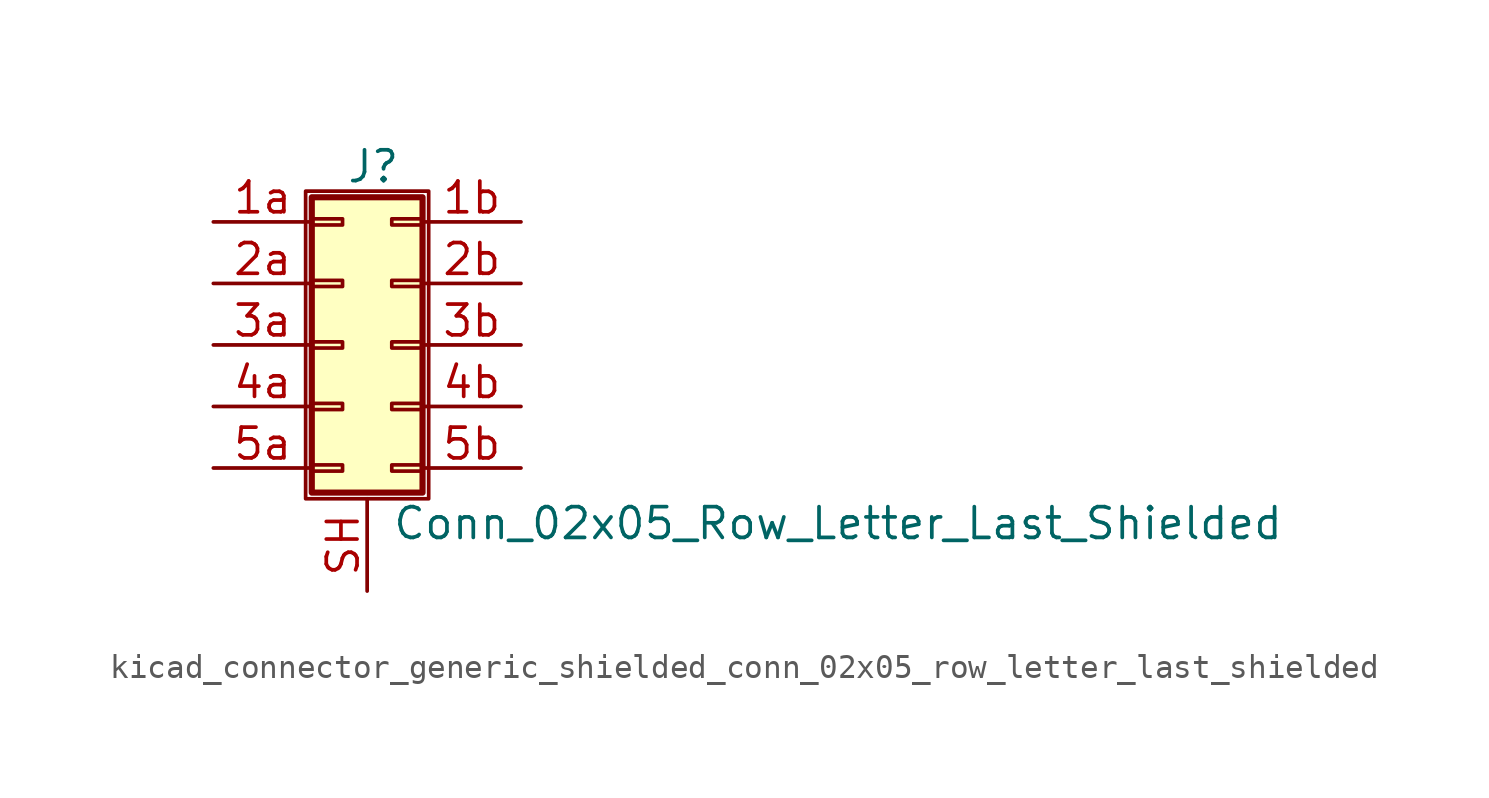
<source format=kicad_sym>
(kicad_symbol_lib
  (version 20220914)
  (generator kicad_symbol_editor)
  (symbol "kicad_connector_generic_shielded_conn_02x05_row_letter_last_shielded"
    (pin_names
      (offset 1.016) hide)
    (property "Reference" "J"
      (at 1.524 7.366 0)
      (effects (font (size 1.27 1.27))))
    (property "Value" "Conn_02x05_Row_Letter_Last_Shielded"
      (at 2.286 -7.366 0)
      (effects (font (size 1.27 1.27)) (justify left)))
    (symbol "kicad_connector_generic_shielded_conn_02x05_row_letter_last_shielded_1_1"
      (rectangle (start -1.27 6.35) (end 3.81 -6.35) (stroke (width 0.152) (type default)) (fill (type none)))
      (rectangle (start -1.016 -4.953) (end 0.254 -5.207) (stroke (width 0.152) (type default)) (fill (type none)))
      (rectangle (start -1.016 -2.413) (end 0.254 -2.667) (stroke (width 0.152) (type default)) (fill (type none)))
      (rectangle (start -1.016 0.127) (end 0.254 -0.127) (stroke (width 0.152) (type default)) (fill (type none)))
      (rectangle (start -1.016 2.667) (end 0.254 2.413) (stroke (width 0.152) (type default)) (fill (type none)))
      (rectangle (start -1.016 5.207) (end 0.254 4.953) (stroke (width 0.152) (type default)) (fill (type none)))
      (rectangle (start -1.016 6.096) (end 3.556 -6.096) (stroke (width 0.254) (type default)) (fill (type background)))
      (rectangle (start 3.556 -4.953) (end 2.286 -5.207) (stroke (width 0.152) (type default)) (fill (type none)))
      (rectangle (start 3.556 -2.413) (end 2.286 -2.667) (stroke (width 0.152) (type default)) (fill (type none)))
      (rectangle (start 3.556 0.127) (end 2.286 -0.127) (stroke (width 0.152) (type default)) (fill (type none)))
      (rectangle (start 3.556 2.667) (end 2.286 2.413) (stroke (width 0.152) (type default)) (fill (type none)))
      (rectangle (start 3.556 5.207) (end 2.286 4.953) (stroke (width 0.152) (type default)) (fill (type none)))
      (pin passive line (at -5.08 5.08 0) (length 4.064) (name "Pin_1a" (effects (font (size 1.27 1.27)))) (number "1a" (effects (font (size 1.27 1.27)))))
      (pin passive line (at 7.62 5.08 180) (length 4.064) (name "Pin_1b" (effects (font (size 1.27 1.27)))) (number "1b" (effects (font (size 1.27 1.27)))))
      (pin passive line (at -5.08 2.54 0) (length 4.064) (name "Pin_2a" (effects (font (size 1.27 1.27)))) (number "2a" (effects (font (size 1.27 1.27)))))
      (pin passive line (at 7.62 2.54 180) (length 4.064) (name "Pin_2b" (effects (font (size 1.27 1.27)))) (number "2b" (effects (font (size 1.27 1.27)))))
      (pin passive line (at -5.08 0 0) (length 4.064) (name "Pin_3a" (effects (font (size 1.27 1.27)))) (number "3a" (effects (font (size 1.27 1.27)))))
      (pin passive line (at 7.62 0 180) (length 4.064) (name "Pin_3b" (effects (font (size 1.27 1.27)))) (number "3b" (effects (font (size 1.27 1.27)))))
      (pin passive line (at -5.08 -2.54 0) (length 4.064) (name "Pin_4a" (effects (font (size 1.27 1.27)))) (number "4a" (effects (font (size 1.27 1.27)))))
      (pin passive line (at 7.62 -2.54 180) (length 4.064) (name "Pin_4b" (effects (font (size 1.27 1.27)))) (number "4b" (effects (font (size 1.27 1.27)))))
      (pin passive line (at -5.08 -5.08 0) (length 4.064) (name "Pin_5a" (effects (font (size 1.27 1.27)))) (number "5a" (effects (font (size 1.27 1.27)))))
      (pin passive line (at 7.62 -5.08 180) (length 4.064) (name "Pin_5b" (effects (font (size 1.27 1.27)))) (number "5b" (effects (font (size 1.27 1.27)))))
      (pin passive line (at 1.27 -10.16 90) (length 3.81) (name "Shield" (effects (font (size 1.27 1.27)))) (number "SH" (effects (font (size 1.27 1.27))))))))
</source>
